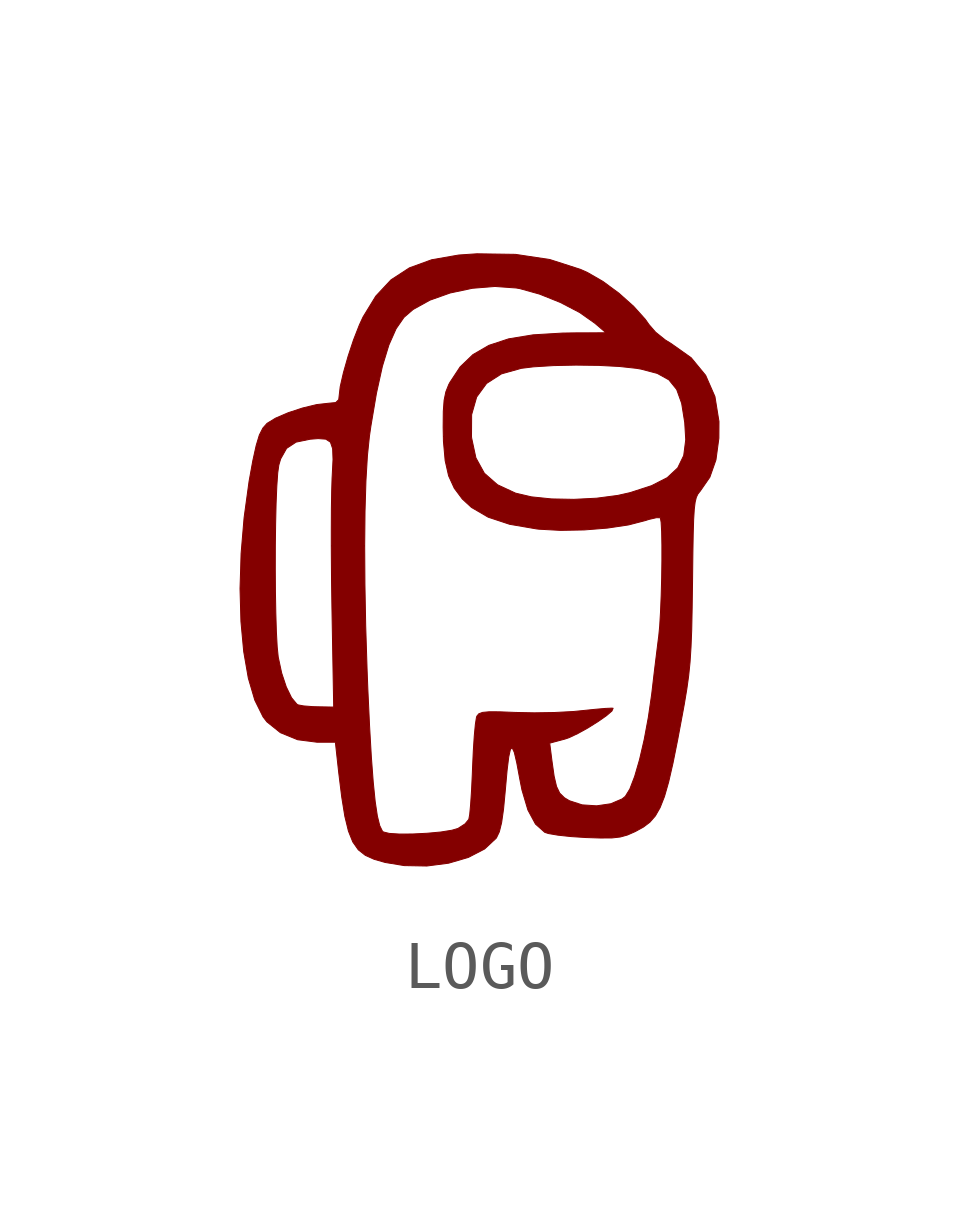
<source format=kicad_sym>
(kicad_symbol_lib
  (version 20220914)
  (generator "bitmap2component")
  (generator_version "9.0")
  (symbol "LOGO"
    (pin_names
      (offset 1.016))
    (property "Reference" "#G"
      (at 0 5.965 0)
      (effects (font (size 1.27 1.27)) hide))
    (symbol "LOGO_0_0"
      (polyline (pts (xy -0.649 -6.122) (xy -0.238 -6.002) (xy 0.102 -5.826) (xy 0.344 -5.6) (xy 0.35 -5.59) (xy 0.409 -5.467) (xy 0.456 -5.277) (xy 0.496 -4.997) (xy 0.533 -4.605) (xy 0.57 -4.189) (xy 0.605 -3.904) (xy 0.64 -3.747) (xy 0.677 -3.717) (xy 0.721 -3.812) (xy 0.772 -4.03) (xy 0.835 -4.368) (xy 0.88 -4.595) (xy 1.004 -5.013) (xy 1.162 -5.306) (xy 1.356 -5.479) (xy 1.433 -5.504) (xy 1.631 -5.538) (xy 1.902 -5.567) (xy 2.212 -5.587) (xy 2.512 -5.597) (xy 2.754 -5.596) (xy 2.93 -5.576) (xy 3.078 -5.535) (xy 3.233 -5.467) (xy 3.251 -5.458) (xy 3.413 -5.369) (xy 3.548 -5.267) (xy 3.662 -5.136) (xy 3.761 -4.963) (xy 3.852 -4.732) (xy 3.939 -4.428) (xy 4.029 -4.037) (xy 4.128 -3.543) (xy 4.242 -2.933) (xy 4.266 -2.801) (xy 4.317 -2.496) (xy 4.356 -2.215) (xy 4.385 -1.93) (xy 4.405 -1.617) (xy 4.42 -1.249) (xy 4.429 -0.8) (xy 4.437 -0.244) (xy 4.438 -0.15) (xy 4.444 0.356) (xy 4.451 0.749) (xy 4.46 1.043) (xy 4.473 1.256) (xy 4.491 1.404) (xy 4.515 1.504) (xy 4.546 1.571) (xy 4.586 1.623) (xy 4.593 1.63) (xy 4.798 1.926) (xy 4.925 2.287) (xy 4.986 2.739) (xy 4.988 3.087) (xy 4.904 3.607) (xy 4.71 4.05) (xy 4.408 4.417) (xy 3.995 4.709) (xy 3.869 4.787) (xy 3.666 4.95) (xy 3.529 5.108) (xy 3.451 5.219) (xy 3.209 5.488) (xy 2.902 5.762) (xy 2.568 6.008) (xy 2.247 6.193) (xy 2.1 6.259) (xy 1.462 6.464) (xy 0.745 6.572) (xy -0.059 6.584) (xy -0.44 6.558) (xy -1.001 6.46) (xy -1.466 6.291) (xy -1.85 6.041) (xy -2.167 5.702) (xy -2.433 5.267) (xy -2.51 5.1) (xy -2.632 4.788) (xy -2.746 4.444) (xy -2.842 4.106) (xy -2.909 3.814) (xy -2.933 3.606) (xy -2.94 3.543) (xy -3.003 3.482) (xy -3.16 3.467) (xy -3.16 3.467) (xy -3.399 3.44) (xy -3.693 3.369) (xy -3.994 3.27) (xy -4.257 3.157) (xy -4.435 3.048) (xy -4.521 2.951) (xy -4.595 2.806) (xy -4.661 2.588) (xy -4.732 2.267) (xy -4.809 1.842) (xy -4.913 1.083) (xy -4.976 0.331) (xy -4.985 0.013) (xy -4.263 0.013) (xy -4.262 0.494) (xy -4.256 0.958) (xy -4.246 1.382) (xy -4.231 1.742) (xy -4.212 2.016) (xy -4.189 2.179) (xy -4.151 2.307) (xy -4.027 2.527) (xy -3.83 2.657) (xy -3.534 2.718) (xy -3.368 2.731) (xy -3.209 2.719) (xy -3.113 2.656) (xy -3.067 2.521) (xy -3.059 2.295) (xy -3.076 1.956) (xy -3.079 1.905) (xy -3.087 1.639) (xy -3.093 1.268) (xy -3.095 0.817) (xy -3.095 0.494) (xy -2.399 0.494) (xy -2.392 1.216) (xy -2.373 1.848) (xy -2.342 2.374) (xy -2.3 2.781) (xy -2.27 2.988) (xy -2.154 3.674) (xy -2.03 4.237) (xy -1.894 4.683) (xy -1.744 5.021) (xy -1.579 5.259) (xy -1.389 5.423) (xy -1.039 5.617) (xy -0.616 5.767) (xy -0.153 5.865) (xy 0.317 5.903) (xy 0.761 5.871) (xy 0.835 5.858) (xy 1.248 5.743) (xy 1.681 5.569) (xy 2.082 5.36) (xy 2.4 5.136) (xy 2.633 4.937) (xy 1.967 4.935) (xy 1.728 4.931) (xy 1.112 4.894) (xy 0.604 4.811) (xy 0.191 4.675) (xy -0.142 4.482) (xy -0.409 4.226) (xy -0.623 3.901) (xy -0.647 3.856) (xy -0.707 3.705) (xy -0.743 3.531) (xy -0.76 3.297) (xy -0.763 2.967) (xy -0.759 2.775) (xy -0.172 2.775) (xy -0.169 3.23) (xy -0.064 3.598) (xy 0.143 3.881) (xy 0.453 4.08) (xy 0.867 4.196) (xy 1.12 4.227) (xy 1.538 4.253) (xy 2.008 4.263) (xy 2.483 4.257) (xy 2.918 4.234) (xy 3.267 4.196) (xy 3.365 4.179) (xy 3.702 4.09) (xy 3.943 3.956) (xy 4.106 3.755) (xy 4.21 3.466) (xy 4.274 3.066) (xy 4.295 2.706) (xy 4.253 2.378) (xy 4.128 2.12) (xy 3.909 1.916) (xy 3.582 1.749) (xy 3.135 1.604) (xy 2.878 1.546) (xy 2.437 1.488) (xy 1.963 1.464) (xy 1.497 1.473) (xy 1.078 1.516) (xy 0.748 1.593) (xy 0.371 1.768) (xy 0.096 2.009) (xy -0.08 2.329) (xy -0.169 2.744) (xy -0.172 2.775) (xy -0.759 2.775) (xy -0.757 2.676) (xy -0.721 2.271) (xy -0.649 1.954) (xy -0.531 1.696) (xy -0.363 1.471) (xy -0.173 1.296) (xy 0.176 1.092) (xy 0.623 0.944) (xy 1.182 0.848) (xy 1.233 0.842) (xy 1.684 0.817) (xy 2.175 0.826) (xy 2.662 0.865) (xy 3.103 0.931) (xy 3.454 1.022) (xy 3.529 1.046) (xy 3.685 1.082) (xy 3.764 1.08) (xy 3.766 1.078) (xy 3.782 0.986) (xy 3.793 0.788) (xy 3.798 0.511) (xy 3.798 0.179) (xy 3.793 -0.182) (xy 3.783 -0.546) (xy 3.769 -0.887) (xy 3.752 -1.18) (xy 3.731 -1.4) (xy 3.725 -1.44) (xy 3.684 -1.769) (xy 3.638 -2.146) (xy 3.597 -2.497) (xy 3.585 -2.599) (xy 3.515 -3.083) (xy 3.429 -3.544) (xy 3.332 -3.962) (xy 3.23 -4.313) (xy 3.129 -4.576) (xy 3.035 -4.729) (xy 2.969 -4.782) (xy 2.732 -4.883) (xy 2.438 -4.926) (xy 2.135 -4.906) (xy 1.87 -4.82) (xy 1.766 -4.758) (xy 1.668 -4.662) (xy 1.601 -4.522) (xy 1.551 -4.308) (xy 1.506 -3.99) (xy 1.459 -3.619) (xy 1.78 -3.533) (xy 1.862 -3.505) (xy 2.046 -3.418) (xy 2.257 -3.301) (xy 2.464 -3.171) (xy 2.64 -3.048) (xy 2.756 -2.949) (xy 2.781 -2.892) (xy 2.755 -2.889) (xy 2.622 -2.895) (xy 2.403 -2.914) (xy 2.13 -2.942) (xy 1.959 -2.959) (xy 1.565 -2.98) (xy 1.14 -2.987) (xy 0.749 -2.979) (xy 0.419 -2.966) (xy 0.196 -2.965) (xy 0.059 -2.978) (xy -0.019 -3.007) (xy -0.059 -3.055) (xy -0.068 -3.08) (xy -0.091 -3.226) (xy -0.114 -3.469) (xy -0.134 -3.78) (xy -0.15 -4.133) (xy -0.155 -4.267) (xy -0.171 -4.607) (xy -0.19 -4.896) (xy -0.209 -5.105) (xy -0.228 -5.208) (xy -0.307 -5.303) (xy -0.454 -5.398) (xy -0.582 -5.435) (xy -0.812 -5.472) (xy -1.095 -5.498) (xy -1.393 -5.513) (xy -1.669 -5.515) (xy -1.887 -5.501) (xy -2.009 -5.471) (xy -2.03 -5.452) (xy -2.085 -5.34) (xy -2.135 -5.137) (xy -2.18 -4.835) (xy -2.221 -4.427) (xy -2.26 -3.906) (xy -2.297 -3.266) (xy -2.333 -2.499) (xy -2.349 -2.082) (xy -2.378 -1.169) (xy -2.394 -0.306) (xy -2.399 0.494) (xy -3.095 0.494) (xy -3.094 0.309) (xy -3.09 -0.232) (xy -3.082 -0.783) (xy -3.045 -2.867) (xy -3.373 -2.861) (xy -3.48 -2.858) (xy -3.672 -2.843) (xy -3.785 -2.822) (xy -3.814 -2.805) (xy -3.924 -2.672) (xy -4.034 -2.446) (xy -4.13 -2.157) (xy -4.199 -1.836) (xy -4.201 -1.83) (xy -4.223 -1.613) (xy -4.24 -1.298) (xy -4.252 -0.906) (xy -4.26 -0.461) (xy -4.263 0.013) (xy -4.985 0.013) (xy -4.998 -0.397) (xy -4.979 -1.084) (xy -4.921 -1.712) (xy -4.825 -2.264) (xy -4.69 -2.723) (xy -4.518 -3.071) (xy -4.438 -3.175) (xy -4.156 -3.401) (xy -3.797 -3.548) (xy -3.391 -3.6) (xy -3.01 -3.6) (xy -2.968 -3.983) (xy -2.941 -4.227) (xy -2.878 -4.741) (xy -2.813 -5.144) (xy -2.738 -5.452) (xy -2.647 -5.679) (xy -2.532 -5.843) (xy -2.386 -5.958) (xy -2.202 -6.041) (xy -1.971 -6.107) (xy -1.576 -6.172) (xy -1.104 -6.181) (xy -0.649 -6.122)) (stroke (width 0.01) (type default)) (fill (type outline))))))
</source>
